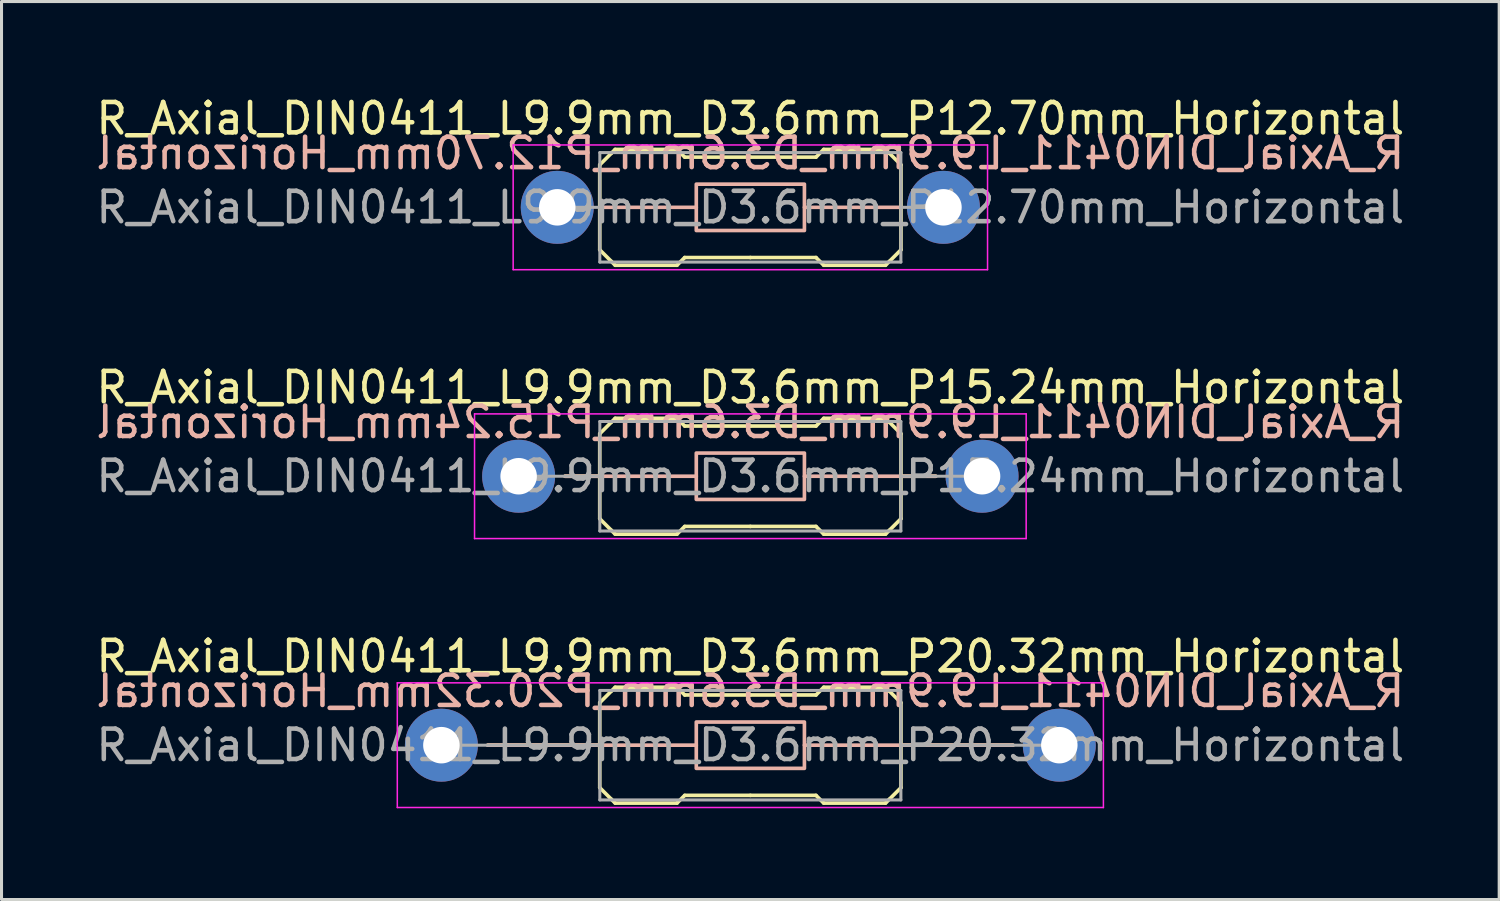
<source format=kicad_pcb>
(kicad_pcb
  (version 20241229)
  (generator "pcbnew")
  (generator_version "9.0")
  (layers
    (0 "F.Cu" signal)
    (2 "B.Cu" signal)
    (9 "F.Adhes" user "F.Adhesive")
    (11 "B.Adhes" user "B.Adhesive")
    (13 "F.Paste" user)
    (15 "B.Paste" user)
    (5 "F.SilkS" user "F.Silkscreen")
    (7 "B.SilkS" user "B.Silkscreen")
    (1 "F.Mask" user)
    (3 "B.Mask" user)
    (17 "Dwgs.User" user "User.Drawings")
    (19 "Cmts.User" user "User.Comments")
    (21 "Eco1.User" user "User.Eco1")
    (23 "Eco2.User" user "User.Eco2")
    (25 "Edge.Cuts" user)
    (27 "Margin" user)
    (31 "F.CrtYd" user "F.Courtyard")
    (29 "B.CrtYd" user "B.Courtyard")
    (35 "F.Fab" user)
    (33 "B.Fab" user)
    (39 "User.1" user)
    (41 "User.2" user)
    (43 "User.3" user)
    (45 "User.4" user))
  (footprint "R_Axial_DIN0411_L9.9mm_D3.6mm_P15.24mm_Horizontal"
    (layer "F.Cu")
    (at 14.005 12.611)
    (property "Reference" "R_Axial_DIN0411_L9.9mm_D3.6mm_P15.24mm_Horizontal" (at 7.62 -2.92 0) (layer "F.SilkS") (effects (font (size 1 1) (thickness 0.15))))
    (fp_line (start 2.667 -1.397) (end 3.048 -1.778) (stroke (width 0.12) (type solid)) (layer "F.SilkS"))
    (fp_line (start 2.667 0) (end 1.524 0) (stroke (width 0.12) (type solid)) (layer "F.SilkS"))
    (fp_line (start 2.667 1.397) (end 2.667 -1.397) (stroke (width 0.12) (type solid)) (layer "F.SilkS"))
    (fp_line (start 2.667 1.397) (end 3.048 1.778) (stroke (width 0.12) (type solid)) (layer "F.SilkS"))
    (fp_line (start 3.048 -1.778) (end 3.175 -1.905) (stroke (width 0.12) (type solid)) (layer "F.SilkS"))
    (fp_line (start 3.048 1.778) (end 3.175 1.905) (stroke (width 0.12) (type solid)) (layer "F.SilkS"))
    (fp_line (start 3.175 -1.905) (end 5.207 -1.905) (stroke (width 0.12) (type solid)) (layer "F.SilkS"))
    (fp_line (start 3.175 1.905) (end 5.207 1.905) (stroke (width 0.12) (type solid)) (layer "F.SilkS"))
    (fp_line (start 5.207 -1.905) (end 5.461 -1.651) (stroke (width 0.12) (type solid)) (layer "F.SilkS"))
    (fp_line (start 5.207 1.905) (end 5.461 1.651) (stroke (width 0.12) (type solid)) (layer "F.SilkS"))
    (fp_line (start 5.461 -1.651) (end 7.62 -1.651) (stroke (width 0.12) (type solid)) (layer "F.SilkS"))
    (fp_line (start 5.461 1.651) (end 7.62 1.651) (stroke (width 0.12) (type solid)) (layer "F.SilkS"))
    (fp_line (start 9.779 -1.651) (end 7.62 -1.651) (stroke (width 0.12) (type solid)) (layer "F.SilkS"))
    (fp_line (start 9.779 1.651) (end 7.62 1.651) (stroke (width 0.12) (type solid)) (layer "F.SilkS"))
    (fp_line (start 10.033 -1.905) (end 9.779 -1.651) (stroke (width 0.12) (type solid)) (layer "F.SilkS"))
    (fp_line (start 10.033 1.905) (end 9.779 1.651) (stroke (width 0.12) (type solid)) (layer "F.SilkS"))
    (fp_line (start 12.065 -1.905) (end 10.033 -1.905) (stroke (width 0.12) (type solid)) (layer "F.SilkS"))
    (fp_line (start 12.065 1.905) (end 10.033 1.905) (stroke (width 0.12) (type solid)) (layer "F.SilkS"))
    (fp_line (start 12.192 -1.778) (end 12.065 -1.905) (stroke (width 0.12) (type solid)) (layer "F.SilkS"))
    (fp_line (start 12.192 1.778) (end 12.065 1.905) (stroke (width 0.12) (type solid)) (layer "F.SilkS"))
    (fp_line (start 12.573 -1.397) (end 12.192 -1.778) (stroke (width 0.12) (type solid)) (layer "F.SilkS"))
    (fp_line (start 12.573 0) (end 13.716 0) (stroke (width 0.12) (type solid)) (layer "F.SilkS"))
    (fp_line (start 12.573 1.397) (end 12.192 1.778) (stroke (width 0.12) (type solid)) (layer "F.SilkS"))
    (fp_line (start 12.573 1.397) (end 12.573 -1.397) (stroke (width 0.12) (type solid)) (layer "F.SilkS"))
    (fp_line (start 5.842 0) (end 1.524 0) (stroke (width 0.12) (type solid)) (layer "B.SilkS"))
    (fp_line (start 9.398 0) (end 13.716 0) (stroke (width 0.12) (type solid)) (layer "B.SilkS"))
    (fp_rect (start 5.842 -0.762) (end 9.398 0.762) (stroke (width 0.12) (type solid)) (fill no) (layer "B.SilkS"))
    (fp_line (start -1.45 -2.05) (end -1.45 2.05) (stroke (width 0.05) (type solid)) (layer "F.CrtYd"))
    (fp_line (start -1.45 2.05) (end 16.69 2.05) (stroke (width 0.05) (type solid)) (layer "F.CrtYd"))
    (fp_line (start 16.69 -2.05) (end -1.45 -2.05) (stroke (width 0.05) (type solid)) (layer "F.CrtYd"))
    (fp_line (start 16.69 2.05) (end 16.69 -2.05) (stroke (width 0.05) (type solid)) (layer "F.CrtYd"))
    (fp_line (start 0 0) (end 2.67 0) (stroke (width 0.1) (type solid)) (layer "F.Fab"))
    (fp_line (start 2.67 -1.8) (end 2.67 1.8) (stroke (width 0.1) (type solid)) (layer "F.Fab"))
    (fp_line (start 2.67 1.8) (end 12.57 1.8) (stroke (width 0.1) (type solid)) (layer "F.Fab"))
    (fp_line (start 12.57 -1.8) (end 2.67 -1.8) (stroke (width 0.1) (type solid)) (layer "F.Fab"))
    (fp_line (start 12.57 1.8) (end 12.57 -1.8) (stroke (width 0.1) (type solid)) (layer "F.Fab"))
    (fp_line (start 15.24 0) (end 12.57 0) (stroke (width 0.1) (type solid)) (layer "F.Fab"))
    (fp_text user "${REFERENCE}" (at 7.62 -1.778 0) (layer "B.SilkS") (effects (font (size 1 1) (thickness 0.15)) (justify mirror)))
    (fp_text user "${REFERENCE}" (at 7.62 0 0) (layer "F.Fab") (effects (font (size 1 1) (thickness 0.15))))
    (pad "1" thru_hole circle (at 0 0) (size 2.4 2.4) (drill 1.2) (layers "*.Cu" "*.Mask"))
    (pad "2" thru_hole oval (at 15.24 0) (size 2.4 2.4) (drill 1.2) (layers "*.Cu" "*.Mask")))
  (footprint "R_Axial_DIN0411_L9.9mm_D3.6mm_P12.70mm_Horizontal"
    (layer "F.Cu")
    (at 15.275 3.768)
    (property "Reference" "R_Axial_DIN0411_L9.9mm_D3.6mm_P12.70mm_Horizontal" (at 6.35 -2.92 0) (layer "F.SilkS") (effects (font (size 1 1) (thickness 0.15))))
    (fp_line (start 1.397 -1.397) (end 1.778 -1.778) (stroke (width 0.12) (type solid)) (layer "F.SilkS"))
    (fp_line (start 1.397 1.397) (end 1.397 -1.397) (stroke (width 0.12) (type solid)) (layer "F.SilkS"))
    (fp_line (start 1.397 1.397) (end 1.778 1.778) (stroke (width 0.12) (type solid)) (layer "F.SilkS"))
    (fp_line (start 1.778 -1.778) (end 1.905 -1.905) (stroke (width 0.12) (type solid)) (layer "F.SilkS"))
    (fp_line (start 1.778 1.778) (end 1.905 1.905) (stroke (width 0.12) (type solid)) (layer "F.SilkS"))
    (fp_line (start 1.905 -1.905) (end 3.937 -1.905) (stroke (width 0.12) (type solid)) (layer "F.SilkS"))
    (fp_line (start 1.905 1.905) (end 3.937 1.905) (stroke (width 0.12) (type solid)) (layer "F.SilkS"))
    (fp_line (start 3.937 -1.905) (end 4.191 -1.651) (stroke (width 0.12) (type solid)) (layer "F.SilkS"))
    (fp_line (start 3.937 1.905) (end 4.191 1.651) (stroke (width 0.12) (type solid)) (layer "F.SilkS"))
    (fp_line (start 4.191 -1.651) (end 6.35 -1.651) (stroke (width 0.12) (type solid)) (layer "F.SilkS"))
    (fp_line (start 4.191 1.651) (end 6.35 1.651) (stroke (width 0.12) (type solid)) (layer "F.SilkS"))
    (fp_line (start 8.509 -1.651) (end 6.35 -1.651) (stroke (width 0.12) (type solid)) (layer "F.SilkS"))
    (fp_line (start 8.509 1.651) (end 6.35 1.651) (stroke (width 0.12) (type solid)) (layer "F.SilkS"))
    (fp_line (start 8.763 -1.905) (end 8.509 -1.651) (stroke (width 0.12) (type solid)) (layer "F.SilkS"))
    (fp_line (start 8.763 1.905) (end 8.509 1.651) (stroke (width 0.12) (type solid)) (layer "F.SilkS"))
    (fp_line (start 10.795 -1.905) (end 8.763 -1.905) (stroke (width 0.12) (type solid)) (layer "F.SilkS"))
    (fp_line (start 10.795 1.905) (end 8.763 1.905) (stroke (width 0.12) (type solid)) (layer "F.SilkS"))
    (fp_line (start 10.922 -1.778) (end 10.795 -1.905) (stroke (width 0.12) (type solid)) (layer "F.SilkS"))
    (fp_line (start 10.922 1.778) (end 10.795 1.905) (stroke (width 0.12) (type solid)) (layer "F.SilkS"))
    (fp_line (start 11.303 -1.397) (end 10.922 -1.778) (stroke (width 0.12) (type solid)) (layer "F.SilkS"))
    (fp_line (start 11.303 1.397) (end 10.922 1.778) (stroke (width 0.12) (type solid)) (layer "F.SilkS"))
    (fp_line (start 11.303 1.397) (end 11.303 -1.397) (stroke (width 0.12) (type solid)) (layer "F.SilkS"))
    (fp_line (start 4.572 0) (end 1.397 0) (stroke (width 0.12) (type solid)) (layer "B.SilkS"))
    (fp_line (start 8.128 0) (end 11.303 0) (stroke (width 0.12) (type solid)) (layer "B.SilkS"))
    (fp_rect (start 4.572 -0.762) (end 8.128 0.762) (stroke (width 0.12) (type solid)) (fill no) (layer "B.SilkS"))
    (fp_line (start -1.45 -2.05) (end -1.45 2.05) (stroke (width 0.05) (type solid)) (layer "F.CrtYd"))
    (fp_line (start -1.45 2.05) (end 14.15 2.05) (stroke (width 0.05) (type solid)) (layer "F.CrtYd"))
    (fp_line (start 14.15 -2.05) (end -1.45 -2.05) (stroke (width 0.05) (type solid)) (layer "F.CrtYd"))
    (fp_line (start 14.15 2.05) (end 14.15 -2.05) (stroke (width 0.05) (type solid)) (layer "F.CrtYd"))
    (fp_line (start 0 0) (end 1.4 0) (stroke (width 0.1) (type solid)) (layer "F.Fab"))
    (fp_line (start 1.4 -1.8) (end 1.4 1.8) (stroke (width 0.1) (type solid)) (layer "F.Fab"))
    (fp_line (start 1.4 1.8) (end 11.3 1.8) (stroke (width 0.1) (type solid)) (layer "F.Fab"))
    (fp_line (start 11.3 -1.8) (end 1.4 -1.8) (stroke (width 0.1) (type solid)) (layer "F.Fab"))
    (fp_line (start 11.3 1.8) (end 11.3 -1.8) (stroke (width 0.1) (type solid)) (layer "F.Fab"))
    (fp_line (start 12.7 0) (end 11.3 0) (stroke (width 0.1) (type solid)) (layer "F.Fab"))
    (fp_text user "${REFERENCE}" (at 6.35 -1.778 0) (layer "B.SilkS") (effects (font (size 1 1) (thickness 0.15)) (justify mirror)))
    (fp_text user "${REFERENCE}" (at 6.35 0 0) (layer "F.Fab") (effects (font (size 1 1) (thickness 0.15))))
    (pad "1" thru_hole circle (at 0 0) (size 2.4 2.4) (drill 1.2) (layers "*.Cu" "*.Mask"))
    (pad "2" thru_hole oval (at 12.7 0) (size 2.4 2.4) (drill 1.2) (layers "*.Cu" "*.Mask")))
  (footprint "R_Axial_DIN0411_L9.9mm_D3.6mm_P20.32mm_Horizontal"
    (layer "F.Cu")
    (at 11.465 21.455)
    (property "Reference" "R_Axial_DIN0411_L9.9mm_D3.6mm_P20.32mm_Horizontal" (at 10.16 -2.92 0) (layer "F.SilkS") (effects (font (size 1 1) (thickness 0.15))))
    (fp_line (start 5.207 -1.397) (end 5.588 -1.778) (stroke (width 0.12) (type solid)) (layer "F.SilkS"))
    (fp_line (start 5.207 0) (end 1.524 0) (stroke (width 0.12) (type solid)) (layer "F.SilkS"))
    (fp_line (start 5.207 1.397) (end 5.207 -1.397) (stroke (width 0.12) (type solid)) (layer "F.SilkS"))
    (fp_line (start 5.207 1.397) (end 5.588 1.778) (stroke (width 0.12) (type solid)) (layer "F.SilkS"))
    (fp_line (start 5.588 -1.778) (end 5.715 -1.905) (stroke (width 0.12) (type solid)) (layer "F.SilkS"))
    (fp_line (start 5.588 1.778) (end 5.715 1.905) (stroke (width 0.12) (type solid)) (layer "F.SilkS"))
    (fp_line (start 5.715 -1.905) (end 7.747 -1.905) (stroke (width 0.12) (type solid)) (layer "F.SilkS"))
    (fp_line (start 5.715 1.905) (end 7.747 1.905) (stroke (width 0.12) (type solid)) (layer "F.SilkS"))
    (fp_line (start 7.747 -1.905) (end 8.001 -1.651) (stroke (width 0.12) (type solid)) (layer "F.SilkS"))
    (fp_line (start 7.747 1.905) (end 8.001 1.651) (stroke (width 0.12) (type solid)) (layer "F.SilkS"))
    (fp_line (start 8.001 -1.651) (end 10.16 -1.651) (stroke (width 0.12) (type solid)) (layer "F.SilkS"))
    (fp_line (start 8.001 1.651) (end 10.16 1.651) (stroke (width 0.12) (type solid)) (layer "F.SilkS"))
    (fp_line (start 12.319 -1.651) (end 10.16 -1.651) (stroke (width 0.12) (type solid)) (layer "F.SilkS"))
    (fp_line (start 12.319 1.651) (end 10.16 1.651) (stroke (width 0.12) (type solid)) (layer "F.SilkS"))
    (fp_line (start 12.573 -1.905) (end 12.319 -1.651) (stroke (width 0.12) (type solid)) (layer "F.SilkS"))
    (fp_line (start 12.573 1.905) (end 12.319 1.651) (stroke (width 0.12) (type solid)) (layer "F.SilkS"))
    (fp_line (start 14.605 -1.905) (end 12.573 -1.905) (stroke (width 0.12) (type solid)) (layer "F.SilkS"))
    (fp_line (start 14.605 1.905) (end 12.573 1.905) (stroke (width 0.12) (type solid)) (layer "F.SilkS"))
    (fp_line (start 14.732 -1.778) (end 14.605 -1.905) (stroke (width 0.12) (type solid)) (layer "F.SilkS"))
    (fp_line (start 14.732 1.778) (end 14.605 1.905) (stroke (width 0.12) (type solid)) (layer "F.SilkS"))
    (fp_line (start 15.113 -1.397) (end 14.732 -1.778) (stroke (width 0.12) (type solid)) (layer "F.SilkS"))
    (fp_line (start 15.113 0) (end 18.796 0) (stroke (width 0.12) (type solid)) (layer "F.SilkS"))
    (fp_line (start 15.113 1.397) (end 14.732 1.778) (stroke (width 0.12) (type solid)) (layer "F.SilkS"))
    (fp_line (start 15.113 1.397) (end 15.113 -1.397) (stroke (width 0.12) (type solid)) (layer "F.SilkS"))
    (fp_line (start 8.382 0) (end 1.524 0) (stroke (width 0.12) (type solid)) (layer "B.SilkS"))
    (fp_line (start 11.938 0) (end 18.796 0) (stroke (width 0.12) (type solid)) (layer "B.SilkS"))
    (fp_rect (start 8.382 -0.762) (end 11.938 0.762) (stroke (width 0.12) (type solid)) (fill no) (layer "B.SilkS"))
    (fp_line (start -1.45 -2.05) (end -1.45 2.05) (stroke (width 0.05) (type solid)) (layer "F.CrtYd"))
    (fp_line (start -1.45 2.05) (end 21.77 2.05) (stroke (width 0.05) (type solid)) (layer "F.CrtYd"))
    (fp_line (start 21.77 -2.05) (end -1.45 -2.05) (stroke (width 0.05) (type solid)) (layer "F.CrtYd"))
    (fp_line (start 21.77 2.05) (end 21.77 -2.05) (stroke (width 0.05) (type solid)) (layer "F.CrtYd"))
    (fp_line (start 0 0) (end 5.21 0) (stroke (width 0.1) (type solid)) (layer "F.Fab"))
    (fp_line (start 5.21 -1.8) (end 5.21 1.8) (stroke (width 0.1) (type solid)) (layer "F.Fab"))
    (fp_line (start 5.21 1.8) (end 15.11 1.8) (stroke (width 0.1) (type solid)) (layer "F.Fab"))
    (fp_line (start 15.11 -1.8) (end 5.21 -1.8) (stroke (width 0.1) (type solid)) (layer "F.Fab"))
    (fp_line (start 15.11 1.8) (end 15.11 -1.8) (stroke (width 0.1) (type solid)) (layer "F.Fab"))
    (fp_line (start 20.32 0) (end 15.11 0) (stroke (width 0.1) (type solid)) (layer "F.Fab"))
    (fp_text user "${REFERENCE}" (at 10.16 -1.778 0) (layer "B.SilkS") (effects (font (size 1 1) (thickness 0.15)) (justify mirror)))
    (fp_text user "${REFERENCE}" (at 10.16 0 0) (layer "F.Fab") (effects (font (size 1 1) (thickness 0.15))))
    (pad "1" thru_hole circle (at 0 0) (size 2.4 2.4) (drill 1.2) (layers "*.Cu" "*.Mask"))
    (pad "2" thru_hole oval (at 20.32 0) (size 2.4 2.4) (drill 1.2) (layers "*.Cu" "*.Mask")))
  (gr_rect
    (start -3 -3)
    (end 46.25 26.53)
    (stroke (width 0.1) (type default))
    (fill no)
    (layer "Edge.Cuts")))
</source>
